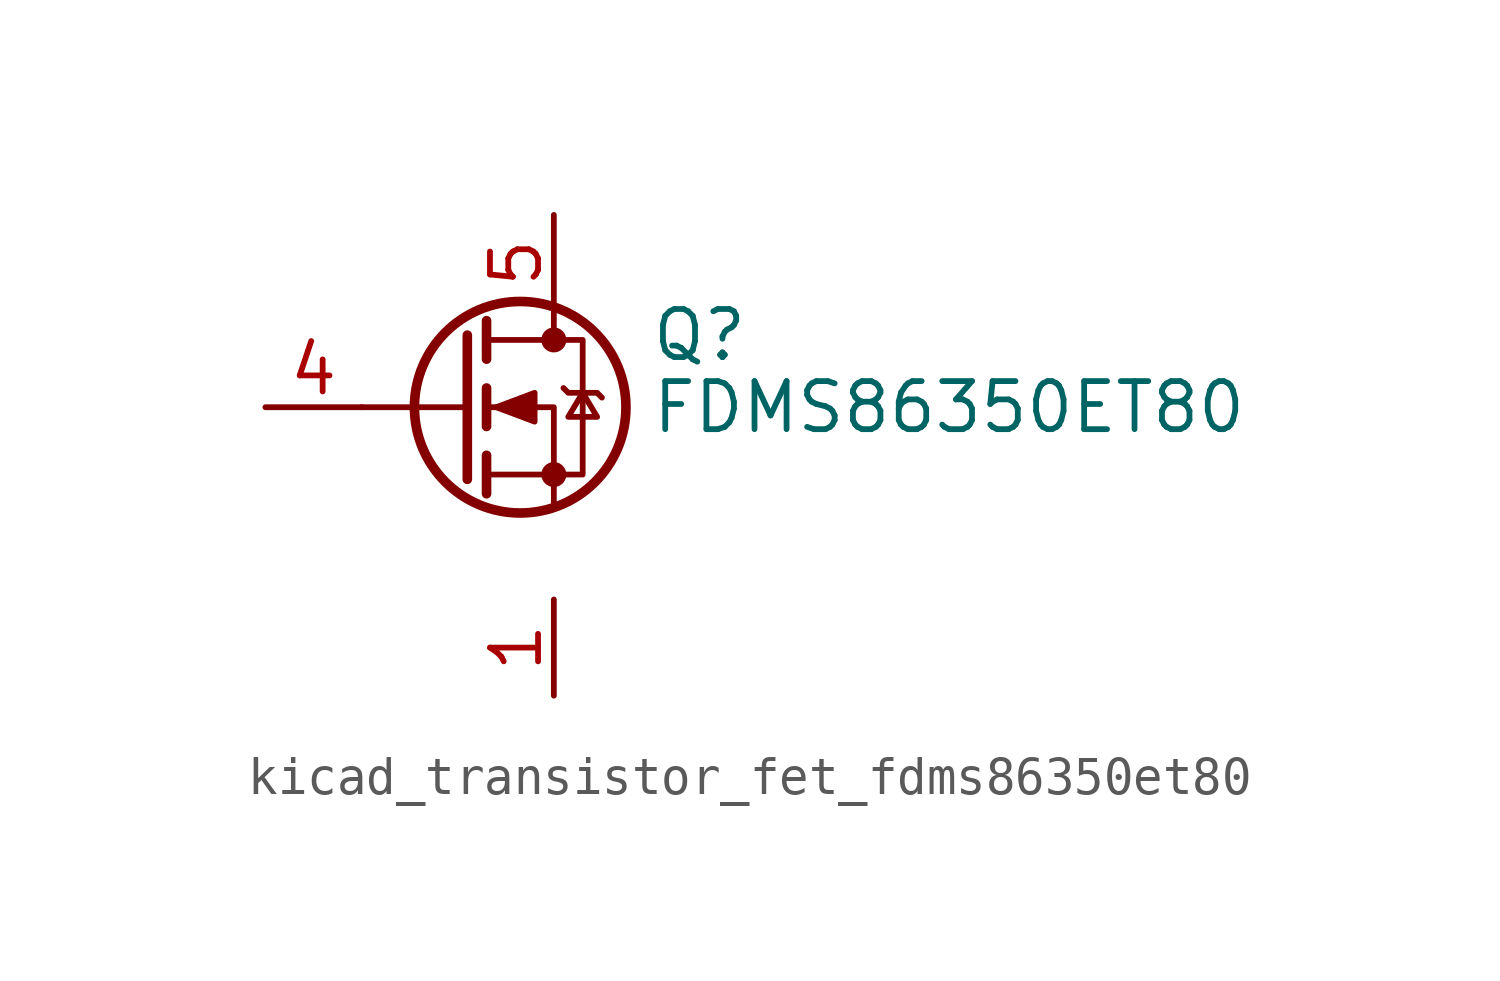
<source format=kicad_sym>
(kicad_symbol_lib
  (version 20220914)
  (generator kicad_symbol_editor)
  (symbol "kicad_transistor_fet_fdms86350et80"
    (pin_names hide)
    (property "Reference" "Q"
      (at 5.08 1.905 0)
      (effects (font (size 1.27 1.27)) (justify left)))
    (property "Value" "FDMS86350ET80"
      (at 5.08 0 0)
      (effects (font (size 1.27 1.27)) (justify left)))
    (symbol "kicad_transistor_fet_fdms86350et80_0_1"
      (polyline (pts (xy 0.254 0) (xy -2.54 0)) (stroke (width 0) (type default)) (fill (type none)))
      (polyline (pts (xy 0.254 1.905) (xy 0.254 -1.905)) (stroke (width 0.254) (type default)) (fill (type none)))
      (polyline (pts (xy 0.762 -1.27) (xy 0.762 -2.286)) (stroke (width 0.254) (type default)) (fill (type none)))
      (polyline (pts (xy 0.762 0.508) (xy 0.762 -0.508)) (stroke (width 0.254) (type default)) (fill (type none)))
      (polyline (pts (xy 0.762 2.286) (xy 0.762 1.27)) (stroke (width 0.254) (type default)) (fill (type none)))
      (polyline (pts (xy 2.54 2.54) (xy 2.54 1.778)) (stroke (width 0) (type default)) (fill (type none)))
      (polyline (pts (xy 2.54 -2.54) (xy 2.54 0) (xy 0.762 0)) (stroke (width 0) (type default)) (fill (type none)))
      (polyline (pts (xy 0.762 -1.778) (xy 3.302 -1.778) (xy 3.302 1.778) (xy 0.762 1.778)) (stroke (width 0) (type default)) (fill (type none)))
      (polyline (pts (xy 1.016 0) (xy 2.032 0.381) (xy 2.032 -0.381) (xy 1.016 0)) (stroke (width 0) (type default)) (fill (type outline)))
      (polyline (pts (xy 2.794 0.508) (xy 2.921 0.381) (xy 3.683 0.381) (xy 3.81 0.254)) (stroke (width 0) (type default)) (fill (type none)))
      (polyline (pts (xy 3.302 0.381) (xy 2.921 -0.254) (xy 3.683 -0.254) (xy 3.302 0.381)) (stroke (width 0) (type default)) (fill (type none)))
      (circle (center 1.651 0) (radius 2.794) (stroke (width 0.254) (type default)) (fill (type none)))
      (circle (center 2.54 -1.778) (radius 0.254) (stroke (width 0) (type default)) (fill (type outline)))
      (circle (center 2.54 1.778) (radius 0.254) (stroke (width 0) (type default)) (fill (type outline))))
    (symbol "kicad_transistor_fet_fdms86350et80_1_1"
      (pin passive line (at 2.54 -5.08 270) (length 2.54) (name "S" (effects (font (size 1.27 1.27)))) (number "1" (effects (font (size 1.27 1.27)))))
      (pin passive line (at 2.54 -5.08 270) (length 2.54) hide (name "S" (effects (font (size 1.27 1.27)))) (number "2" (effects (font (size 1.27 1.27)))))
      (pin passive line (at 2.54 -5.08 90) (length 2.54) hide (name "S" (effects (font (size 1.27 1.27)))) (number "3" (effects (font (size 1.27 1.27)))))
      (pin passive line (at -5.08 0 0) (length 2.54) (name "G" (effects (font (size 1.27 1.27)))) (number "4" (effects (font (size 1.27 1.27)))))
      (pin passive line (at 2.54 5.08 270) (length 2.54) (name "D" (effects (font (size 1.27 1.27)))) (number "5" (effects (font (size 1.27 1.27))))))))
</source>
